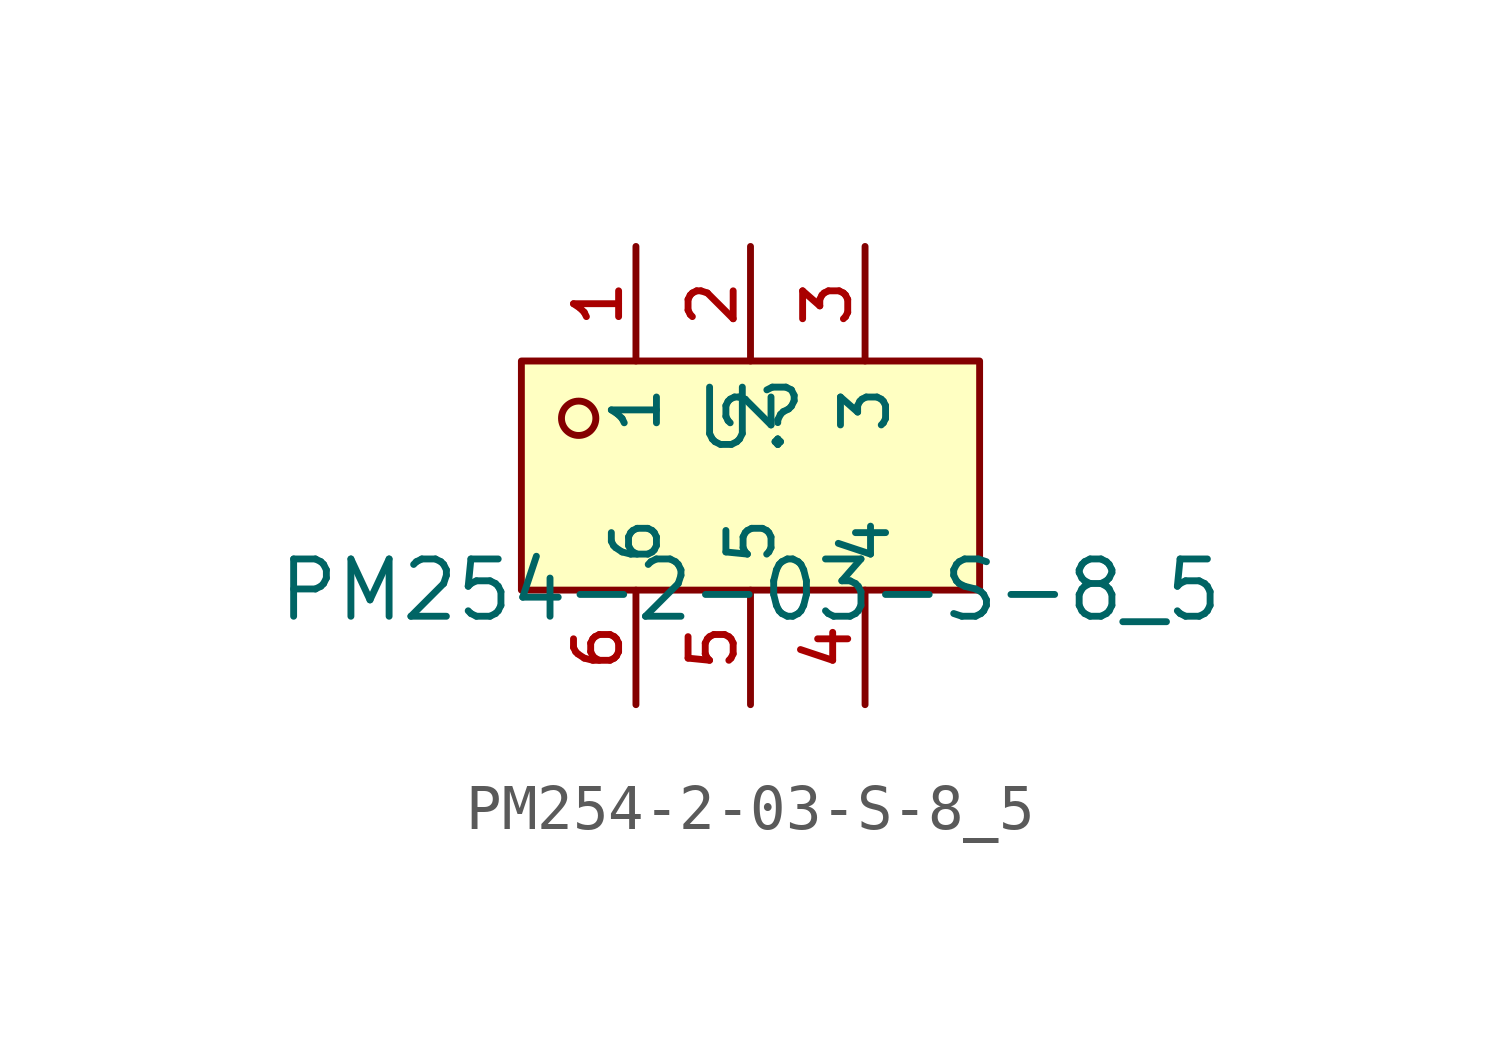
<source format=kicad_sym>
(kicad_symbol_lib
  (version 20210201)
  (generator TousstNicolas/JLC2KiCad_lib)
  (symbol "PM254-2-03-S-8_5"
    (property "Reference" "U"
      (at 0 1.27 0)
      (effects (font (size 1.27 1.27))))
    (property "Value" "PM254-2-03-S-8_5"
      (at 0 -2.54 0)
      (effects (font (size 1.27 1.27))))
    (symbol "PM254-2-03-S-8_5_0_1"
      (rectangle (start -5.08 2.54) (end 5.08 -2.54) (stroke (width 0) (type default) (color 0 0 0 0)) (fill (type background)))
      (circle (center -3.81 1.27) (radius 0.381) (stroke (width 0) (type default) (color 0 0 0 0)) (fill (type background)))
      (pin unspecified line (at -2.54 5.08 270) (length 2.54) (name "1" (effects (font (size 1 1)))) (number "1" (effects (font (size 1 1)))))
      (pin unspecified line (at 0.0 5.08 270) (length 2.54) (name "2" (effects (font (size 1 1)))) (number "2" (effects (font (size 1 1)))))
      (pin unspecified line (at 2.54 5.08 270) (length 2.54) (name "3" (effects (font (size 1 1)))) (number "3" (effects (font (size 1 1)))))
      (pin unspecified line (at 2.54 -5.08 90) (length 2.54) (name "4" (effects (font (size 1 1)))) (number "4" (effects (font (size 1 1)))))
      (pin unspecified line (at 0.0 -5.08 90) (length 2.54) (name "5" (effects (font (size 1 1)))) (number "5" (effects (font (size 1 1)))))
      (pin unspecified line (at -2.54 -5.08 90) (length 2.54) (name "6" (effects (font (size 1 1)))) (number "6" (effects (font (size 1 1))))))))
</source>
